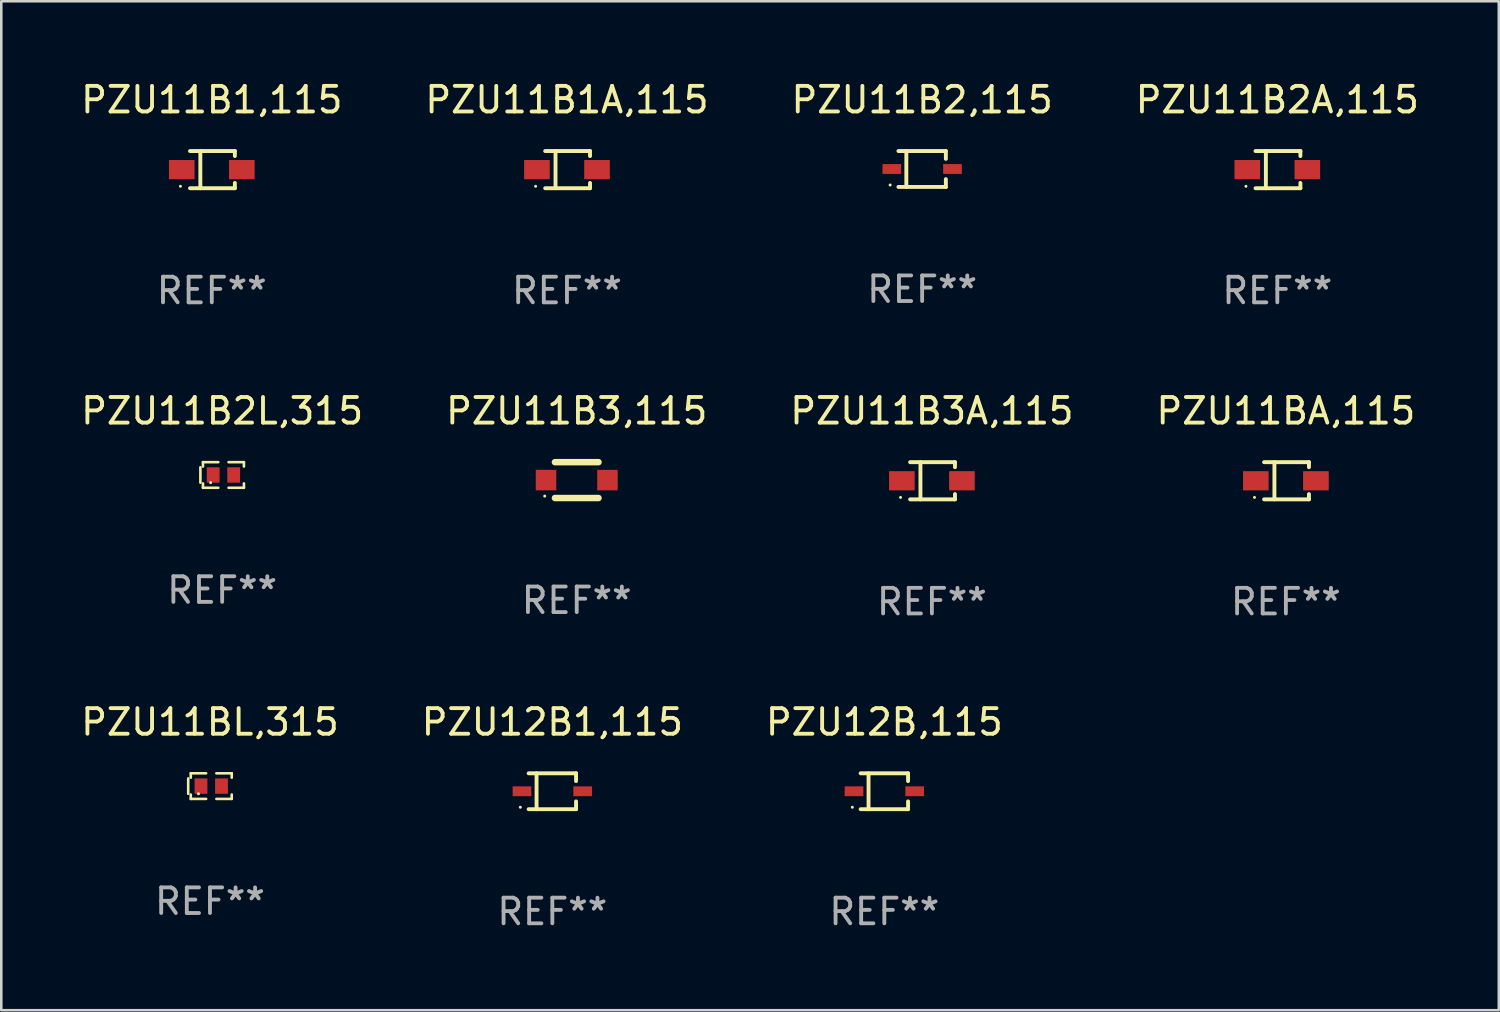
<source format=kicad_pcb>
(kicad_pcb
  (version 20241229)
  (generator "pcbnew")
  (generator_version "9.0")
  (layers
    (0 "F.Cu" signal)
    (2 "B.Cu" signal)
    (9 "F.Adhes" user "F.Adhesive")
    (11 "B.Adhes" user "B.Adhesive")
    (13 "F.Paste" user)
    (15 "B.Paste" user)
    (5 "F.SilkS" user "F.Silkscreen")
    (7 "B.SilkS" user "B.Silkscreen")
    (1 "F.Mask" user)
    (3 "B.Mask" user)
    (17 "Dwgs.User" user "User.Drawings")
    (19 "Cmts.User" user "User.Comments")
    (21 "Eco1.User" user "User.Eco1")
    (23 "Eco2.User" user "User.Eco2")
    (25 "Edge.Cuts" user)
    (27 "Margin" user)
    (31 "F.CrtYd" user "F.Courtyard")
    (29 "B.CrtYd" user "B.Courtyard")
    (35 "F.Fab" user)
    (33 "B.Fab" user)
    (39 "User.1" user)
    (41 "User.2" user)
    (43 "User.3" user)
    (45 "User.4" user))
  (footprint "PZU11B1A,115"
    (layer "F.Cu")
    (at 19.089 3.574)
    (property "Reference" "PZU11B1A,115" (at 0 -2.726 0) (layer "F.SilkS") (effects (font (size 1 1) (thickness 0.15))))
    (attr through_hole)
    (fp_line (start -0.851 -0.726) (end 0.901 -0.726) (stroke (width 0.152) (type solid)) (layer "F.SilkS"))
    (fp_line (start -0.851 0.726) (end 0.901 0.726) (stroke (width 0.152) (type solid)) (layer "F.SilkS"))
    (fp_line (start -0.447 -0.726) (end -0.447 0.726) (stroke (width 0.152) (type solid)) (layer "F.SilkS"))
    (fp_line (start 0.901 -0.726) (end 0.901 -0.53) (stroke (width 0.152) (type solid)) (layer "F.SilkS"))
    (fp_line (start 0.901 0.726) (end 0.901 0.52) (stroke (width 0.152) (type solid)) (layer "F.SilkS"))
    (fp_circle (center -1.225 0.65) (end -1.195 0.65) (stroke (width 0.06) (type solid)) (fill no) (layer "F.SilkS"))
    (fp_text user "REF**" (at 0 4.726 0) (layer "F.Fab") (effects (font (size 1 1) (thickness 0.15))))
    (pad "1" smd rect (at -1.173 0) (size 1 0.75) (layers "F.Cu" "F.Mask" "F.Paste"))
    (pad "2" smd rect (at 1.173 0) (size 1 0.75) (layers "F.Cu" "F.Mask" "F.Paste")))
  (footprint "PZU11B2L,315"
    (layer "F.Cu")
    (at 5.625 15.497)
    (property "Reference" "PZU11B2L,315" (at 0 -2.5 0) (layer "F.SilkS") (effects (font (size 1 1) (thickness 0.15))))
    (attr through_hole)
    (fp_line (start -0.85 -0.3) (end -0.85 0.3) (stroke (width 0.102) (type solid)) (layer "F.SilkS"))
    (fp_line (start -0.75 -0.5) (end -0.75 -0.329) (stroke (width 0.102) (type solid)) (layer "F.SilkS"))
    (fp_line (start -0.75 0.329) (end -0.75 0.5) (stroke (width 0.102) (type solid)) (layer "F.SilkS"))
    (fp_line (start -0.75 0.5) (end -0.15 0.5) (stroke (width 0.102) (type solid)) (layer "F.SilkS"))
    (fp_line (start -0.15 -0.5) (end -0.75 -0.5) (stroke (width 0.102) (type solid)) (layer "F.SilkS"))
    (fp_line (start 0.25 -0.5) (end 0.85 -0.5) (stroke (width 0.102) (type solid)) (layer "F.SilkS"))
    (fp_line (start 0.85 -0.5) (end 0.85 -0.33) (stroke (width 0.102) (type solid)) (layer "F.SilkS"))
    (fp_line (start 0.85 0.33) (end 0.85 0.5) (stroke (width 0.102) (type solid)) (layer "F.SilkS"))
    (fp_line (start 0.85 0.5) (end 0.25 0.5) (stroke (width 0.102) (type solid)) (layer "F.SilkS"))
    (fp_circle (center -0.45 0.3) (end -0.42 0.3) (stroke (width 0.06) (type solid)) (fill no) (layer "F.SilkS"))
    (fp_text user "REF**" (at 0 4.5 0) (layer "F.Fab") (effects (font (size 1 1) (thickness 0.15))))
    (pad "1" smd rect (at -0.35 0) (size 0.5 0.6) (layers "F.Cu" "F.Mask" "F.Paste"))
    (pad "2" smd rect (at 0.45 0) (size 0.5 0.6) (layers "F.Cu" "F.Mask" "F.Paste")))
  (footprint "PZU12B1,115"
    (layer "F.Cu")
    (at 18.518 27.847)
    (property "Reference" "PZU12B1,115" (at 0 -2.701 0) (layer "F.SilkS") (effects (font (size 1 1) (thickness 0.15))))
    (attr through_hole)
    (fp_line (start -0.926 -0.701) (end 0.926 -0.701) (stroke (width 0.152) (type solid)) (layer "F.SilkS"))
    (fp_line (start -0.926 0.701) (end 0.926 0.701) (stroke (width 0.152) (type solid)) (layer "F.SilkS"))
    (fp_line (start -0.617 -0.701) (end -0.617 0.701) (stroke (width 0.152) (type solid)) (layer "F.SilkS"))
    (fp_line (start 0.926 -0.701) (end 0.926 -0.396) (stroke (width 0.152) (type solid)) (layer "F.SilkS"))
    (fp_line (start 0.926 0.701) (end 0.926 0.396) (stroke (width 0.152) (type solid)) (layer "F.SilkS"))
    (fp_circle (center -1.25 0.625) (end -1.22 0.625) (stroke (width 0.06) (type solid)) (fill no) (layer "F.SilkS"))
    (fp_text user "REF**" (at 0 4.701 0) (layer "F.Fab") (effects (font (size 1 1) (thickness 0.15))))
    (pad "1" smd rect (at -1.185 0 180) (size 0.73 0.385) (layers "F.Cu" "F.Mask" "F.Paste"))
    (pad "2" smd rect (at 1.185 0 180) (size 0.73 0.385) (layers "F.Cu" "F.Mask" "F.Paste")))
  (footprint "PZU11B1,115"
    (layer "F.Cu")
    (at 5.22 3.574)
    (property "Reference" "PZU11B1,115" (at 0 -2.726 0) (layer "F.SilkS") (effects (font (size 1 1) (thickness 0.15))))
    (attr through_hole)
    (fp_line (start -0.851 -0.726) (end 0.901 -0.726) (stroke (width 0.152) (type solid)) (layer "F.SilkS"))
    (fp_line (start -0.851 0.726) (end 0.901 0.726) (stroke (width 0.152) (type solid)) (layer "F.SilkS"))
    (fp_line (start -0.447 -0.726) (end -0.447 0.726) (stroke (width 0.152) (type solid)) (layer "F.SilkS"))
    (fp_line (start 0.901 -0.726) (end 0.901 -0.53) (stroke (width 0.152) (type solid)) (layer "F.SilkS"))
    (fp_line (start 0.901 0.726) (end 0.901 0.52) (stroke (width 0.152) (type solid)) (layer "F.SilkS"))
    (fp_circle (center -1.225 0.65) (end -1.195 0.65) (stroke (width 0.06) (type solid)) (fill no) (layer "F.SilkS"))
    (fp_text user "REF**" (at 0 4.726 0) (layer "F.Fab") (effects (font (size 1 1) (thickness 0.15))))
    (pad "1" smd rect (at -1.173 0) (size 1 0.75) (layers "F.Cu" "F.Mask" "F.Paste"))
    (pad "2" smd rect (at 1.173 0) (size 1 0.75) (layers "F.Cu" "F.Mask" "F.Paste")))
  (footprint "PZU11B2A,115"
    (layer "F.Cu")
    (at 46.827 3.574)
    (property "Reference" "PZU11B2A,115" (at 0 -2.726 0) (layer "F.SilkS") (effects (font (size 1 1) (thickness 0.15))))
    (attr through_hole)
    (fp_line (start -0.851 -0.726) (end 0.901 -0.726) (stroke (width 0.152) (type solid)) (layer "F.SilkS"))
    (fp_line (start -0.851 0.726) (end 0.901 0.726) (stroke (width 0.152) (type solid)) (layer "F.SilkS"))
    (fp_line (start -0.447 -0.726) (end -0.447 0.726) (stroke (width 0.152) (type solid)) (layer "F.SilkS"))
    (fp_line (start 0.901 -0.726) (end 0.901 -0.53) (stroke (width 0.152) (type solid)) (layer "F.SilkS"))
    (fp_line (start 0.901 0.726) (end 0.901 0.52) (stroke (width 0.152) (type solid)) (layer "F.SilkS"))
    (fp_circle (center -1.225 0.65) (end -1.195 0.65) (stroke (width 0.06) (type solid)) (fill no) (layer "F.SilkS"))
    (fp_text user "REF**" (at 0 4.726 0) (layer "F.Fab") (effects (font (size 1 1) (thickness 0.15))))
    (pad "1" smd rect (at -1.173 0) (size 1 0.75) (layers "F.Cu" "F.Mask" "F.Paste"))
    (pad "2" smd rect (at 1.173 0) (size 1 0.75) (layers "F.Cu" "F.Mask" "F.Paste")))
  (footprint "PZU11BL,315"
    (layer "F.Cu")
    (at 5.149 27.646)
    (property "Reference" "PZU11BL,315" (at 0 -2.5 0) (layer "F.SilkS") (effects (font (size 1 1) (thickness 0.15))))
    (attr through_hole)
    (fp_line (start -0.85 -0.3) (end -0.85 0.3) (stroke (width 0.102) (type solid)) (layer "F.SilkS"))
    (fp_line (start -0.75 -0.5) (end -0.75 -0.329) (stroke (width 0.102) (type solid)) (layer "F.SilkS"))
    (fp_line (start -0.75 0.329) (end -0.75 0.5) (stroke (width 0.102) (type solid)) (layer "F.SilkS"))
    (fp_line (start -0.75 0.5) (end -0.15 0.5) (stroke (width 0.102) (type solid)) (layer "F.SilkS"))
    (fp_line (start -0.15 -0.5) (end -0.75 -0.5) (stroke (width 0.102) (type solid)) (layer "F.SilkS"))
    (fp_line (start 0.25 -0.5) (end 0.85 -0.5) (stroke (width 0.102) (type solid)) (layer "F.SilkS"))
    (fp_line (start 0.85 -0.5) (end 0.85 -0.33) (stroke (width 0.102) (type solid)) (layer "F.SilkS"))
    (fp_line (start 0.85 0.33) (end 0.85 0.5) (stroke (width 0.102) (type solid)) (layer "F.SilkS"))
    (fp_line (start 0.85 0.5) (end 0.25 0.5) (stroke (width 0.102) (type solid)) (layer "F.SilkS"))
    (fp_circle (center -0.45 0.3) (end -0.42 0.3) (stroke (width 0.06) (type solid)) (fill no) (layer "F.SilkS"))
    (fp_text user "REF**" (at 0 4.5 0) (layer "F.Fab") (effects (font (size 1 1) (thickness 0.15))))
    (pad "1" smd rect (at -0.35 0) (size 0.5 0.6) (layers "F.Cu" "F.Mask" "F.Paste"))
    (pad "2" smd rect (at 0.45 0) (size 0.5 0.6) (layers "F.Cu" "F.Mask" "F.Paste")))
  (footprint "PZU11B3,115"
    (layer "F.Cu")
    (at 19.47 15.697)
    (property "Reference" "PZU11B3,115" (at 0 -2.7 0) (layer "F.SilkS") (effects (font (size 1 1) (thickness 0.15))))
    (attr through_hole)
    (fp_line (start -0.85 -0.7) (end 0.85 -0.7) (stroke (width 0.254) (type solid)) (layer "F.SilkS"))
    (fp_line (start -0.85 0.7) (end 0.85 0.7) (stroke (width 0.254) (type solid)) (layer "F.SilkS"))
    (fp_circle (center -1.25 0.625) (end -1.22 0.625) (stroke (width 0.06) (type solid)) (fill no) (layer "F.SilkS"))
    (fp_text user "REF**" (at 0 4.7 0) (layer "F.Fab") (effects (font (size 1 1) (thickness 0.15))))
    (pad "1" smd rect (at -1.2 0) (size 0.8 0.8) (layers "F.Cu" "F.Mask" "F.Paste"))
    (pad "2" smd rect (at 1.2 0) (size 0.8 0.8) (layers "F.Cu" "F.Mask" "F.Paste")))
  (footprint "PZU11B3A,115"
    (layer "F.Cu")
    (at 33.339 15.723)
    (property "Reference" "PZU11B3A,115" (at 0 -2.726 0) (layer "F.SilkS") (effects (font (size 1 1) (thickness 0.15))))
    (attr through_hole)
    (fp_line (start -0.851 -0.726) (end 0.901 -0.726) (stroke (width 0.152) (type solid)) (layer "F.SilkS"))
    (fp_line (start -0.851 0.726) (end 0.901 0.726) (stroke (width 0.152) (type solid)) (layer "F.SilkS"))
    (fp_line (start -0.447 -0.726) (end -0.447 0.726) (stroke (width 0.152) (type solid)) (layer "F.SilkS"))
    (fp_line (start 0.901 -0.726) (end 0.901 -0.53) (stroke (width 0.152) (type solid)) (layer "F.SilkS"))
    (fp_line (start 0.901 0.726) (end 0.901 0.52) (stroke (width 0.152) (type solid)) (layer "F.SilkS"))
    (fp_circle (center -1.225 0.65) (end -1.195 0.65) (stroke (width 0.06) (type solid)) (fill no) (layer "F.SilkS"))
    (fp_text user "REF**" (at 0 4.726 0) (layer "F.Fab") (effects (font (size 1 1) (thickness 0.15))))
    (pad "1" smd rect (at -1.173 0) (size 1 0.75) (layers "F.Cu" "F.Mask" "F.Paste"))
    (pad "2" smd rect (at 1.173 0) (size 1 0.75) (layers "F.Cu" "F.Mask" "F.Paste")))
  (footprint "PZU12B,115"
    (layer "F.Cu")
    (at 31.482 27.847)
    (property "Reference" "PZU12B,115" (at 0 -2.701 0) (layer "F.SilkS") (effects (font (size 1 1) (thickness 0.15))))
    (attr through_hole)
    (fp_line (start -0.926 -0.701) (end 0.926 -0.701) (stroke (width 0.152) (type solid)) (layer "F.SilkS"))
    (fp_line (start -0.926 0.701) (end 0.926 0.701) (stroke (width 0.152) (type solid)) (layer "F.SilkS"))
    (fp_line (start -0.617 -0.701) (end -0.617 0.701) (stroke (width 0.152) (type solid)) (layer "F.SilkS"))
    (fp_line (start 0.926 -0.701) (end 0.926 -0.396) (stroke (width 0.152) (type solid)) (layer "F.SilkS"))
    (fp_line (start 0.926 0.701) (end 0.926 0.396) (stroke (width 0.152) (type solid)) (layer "F.SilkS"))
    (fp_circle (center -1.25 0.625) (end -1.22 0.625) (stroke (width 0.06) (type solid)) (fill no) (layer "F.SilkS"))
    (fp_text user "REF**" (at 0 4.701 0) (layer "F.Fab") (effects (font (size 1 1) (thickness 0.15))))
    (pad "1" smd rect (at -1.185 0 180) (size 0.73 0.385) (layers "F.Cu" "F.Mask" "F.Paste"))
    (pad "2" smd rect (at 1.185 0 180) (size 0.73 0.385) (layers "F.Cu" "F.Mask" "F.Paste")))
  (footprint "PZU11BA,115"
    (layer "F.Cu")
    (at 47.161 15.723)
    (property "Reference" "PZU11BA,115" (at 0 -2.726 0) (layer "F.SilkS") (effects (font (size 1 1) (thickness 0.15))))
    (attr through_hole)
    (fp_line (start -0.851 -0.726) (end 0.901 -0.726) (stroke (width 0.152) (type solid)) (layer "F.SilkS"))
    (fp_line (start -0.851 0.726) (end 0.901 0.726) (stroke (width 0.152) (type solid)) (layer "F.SilkS"))
    (fp_line (start -0.447 -0.726) (end -0.447 0.726) (stroke (width 0.152) (type solid)) (layer "F.SilkS"))
    (fp_line (start 0.901 -0.726) (end 0.901 -0.53) (stroke (width 0.152) (type solid)) (layer "F.SilkS"))
    (fp_line (start 0.901 0.726) (end 0.901 0.52) (stroke (width 0.152) (type solid)) (layer "F.SilkS"))
    (fp_circle (center -1.225 0.65) (end -1.195 0.65) (stroke (width 0.06) (type solid)) (fill no) (layer "F.SilkS"))
    (fp_text user "REF**" (at 0 4.726 0) (layer "F.Fab") (effects (font (size 1 1) (thickness 0.15))))
    (pad "1" smd rect (at -1.173 0) (size 1 0.75) (layers "F.Cu" "F.Mask" "F.Paste"))
    (pad "2" smd rect (at 1.173 0) (size 1 0.75) (layers "F.Cu" "F.Mask" "F.Paste")))
  (footprint "PZU11B2,115"
    (layer "F.Cu")
    (at 32.958 3.549)
    (property "Reference" "PZU11B2,115" (at 0 -2.701 0) (layer "F.SilkS") (effects (font (size 1 1) (thickness 0.15))))
    (attr through_hole)
    (fp_line (start -0.926 -0.701) (end 0.926 -0.701) (stroke (width 0.152) (type solid)) (layer "F.SilkS"))
    (fp_line (start -0.926 0.701) (end 0.926 0.701) (stroke (width 0.152) (type solid)) (layer "F.SilkS"))
    (fp_line (start -0.617 -0.701) (end -0.617 0.701) (stroke (width 0.152) (type solid)) (layer "F.SilkS"))
    (fp_line (start 0.926 -0.701) (end 0.926 -0.396) (stroke (width 0.152) (type solid)) (layer "F.SilkS"))
    (fp_line (start 0.926 0.701) (end 0.926 0.396) (stroke (width 0.152) (type solid)) (layer "F.SilkS"))
    (fp_circle (center -1.25 0.625) (end -1.22 0.625) (stroke (width 0.06) (type solid)) (fill no) (layer "F.SilkS"))
    (fp_text user "REF**" (at 0 4.701 0) (layer "F.Fab") (effects (font (size 1 1) (thickness 0.15))))
    (pad "1" smd rect (at -1.185 0 180) (size 0.73 0.385) (layers "F.Cu" "F.Mask" "F.Paste"))
    (pad "2" smd rect (at 1.185 0 180) (size 0.73 0.385) (layers "F.Cu" "F.Mask" "F.Paste")))
  (gr_rect
    (start -3 -3)
    (end 55.476 36.397)
    (stroke (width 0.1) (type default))
    (fill no)
    (layer "Edge.Cuts")))
</source>
